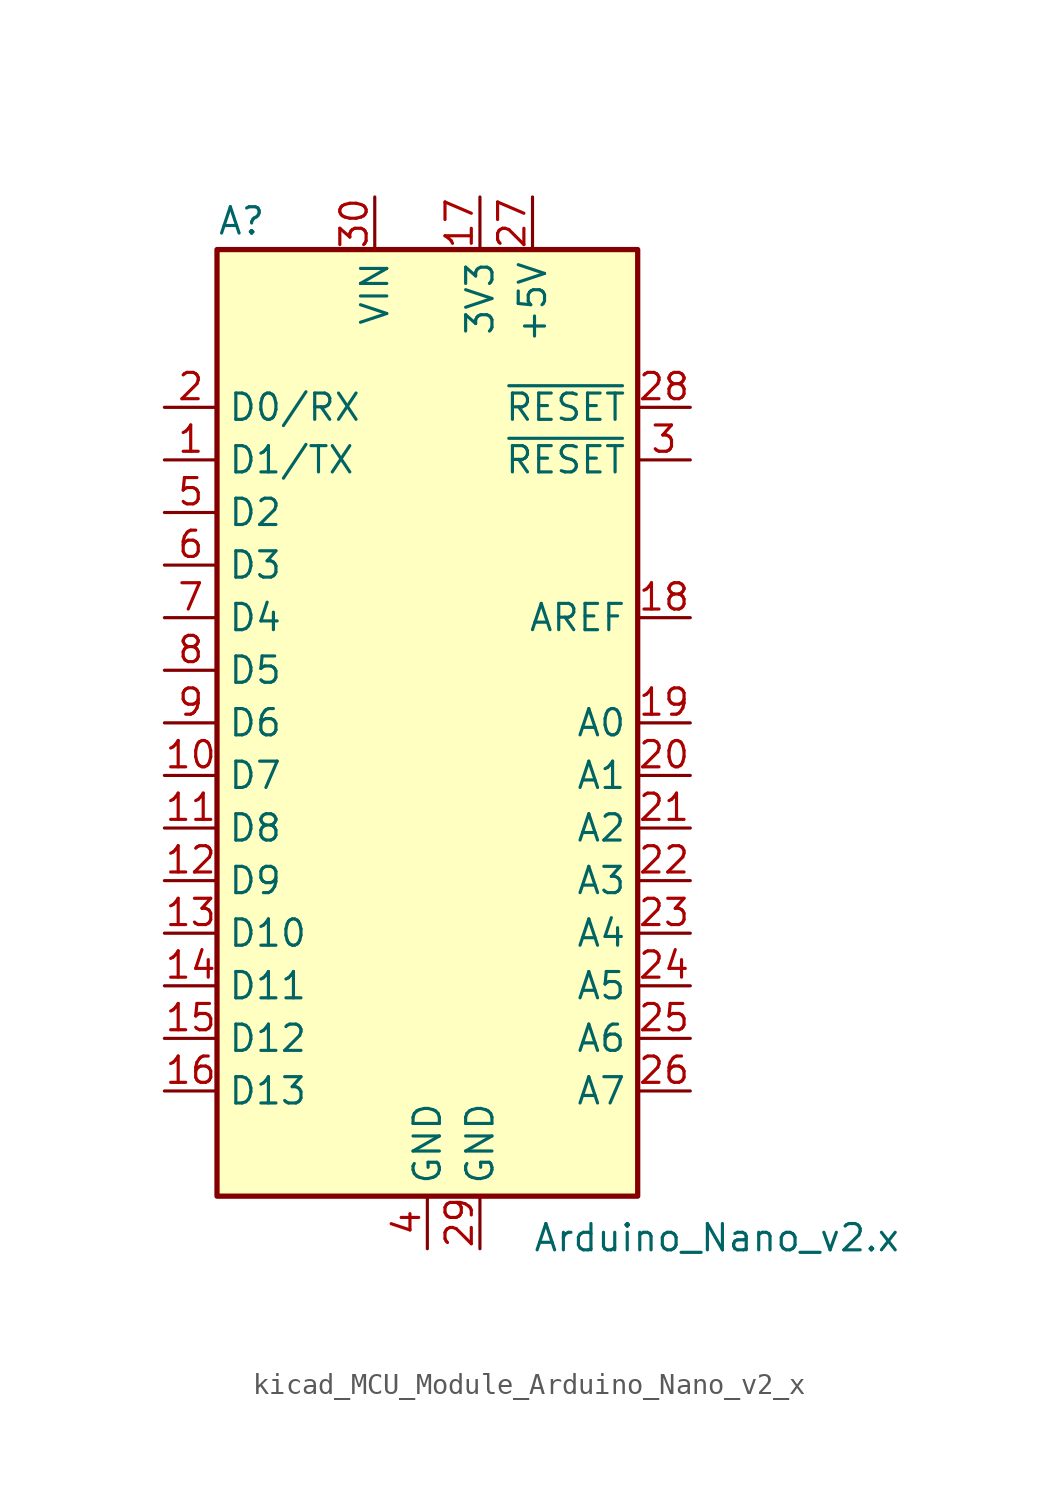
<source format=kicad_sym>
(kicad_symbol_lib
  (version 20220914)
  (generator kicad_symbol_editor)
  (symbol "kicad_MCU_Module_Arduino_Nano_v2_x"
    (property "Reference" "A"
      (at -10.16 23.495 0)
      (effects (font (size 1.27 1.27)) (justify left bottom)))
    (property "Value" "Arduino_Nano_v2.x"
      (at 5.08 -24.13 0)
      (effects (font (size 1.27 1.27)) (justify left top)))
    (symbol "kicad_MCU_Module_Arduino_Nano_v2_x_0_1"
      (rectangle (start -10.16 22.86) (end 10.16 -22.86) (stroke (width 0.254) (type default)) (fill (type background))))
    (symbol "kicad_MCU_Module_Arduino_Nano_v2_x_1_1"
      (pin bidirectional line (at -12.7 12.7 0) (length 2.54) (name "D1/TX" (effects (font (size 1.27 1.27)))) (number "1" (effects (font (size 1.27 1.27)))))
      (pin bidirectional line (at -12.7 -2.54 0) (length 2.54) (name "D7" (effects (font (size 1.27 1.27)))) (number "10" (effects (font (size 1.27 1.27)))))
      (pin bidirectional line (at -12.7 -5.08 0) (length 2.54) (name "D8" (effects (font (size 1.27 1.27)))) (number "11" (effects (font (size 1.27 1.27)))))
      (pin bidirectional line (at -12.7 -7.62 0) (length 2.54) (name "D9" (effects (font (size 1.27 1.27)))) (number "12" (effects (font (size 1.27 1.27)))))
      (pin bidirectional line (at -12.7 -10.16 0) (length 2.54) (name "D10" (effects (font (size 1.27 1.27)))) (number "13" (effects (font (size 1.27 1.27)))))
      (pin bidirectional line (at -12.7 -12.7 0) (length 2.54) (name "D11" (effects (font (size 1.27 1.27)))) (number "14" (effects (font (size 1.27 1.27)))))
      (pin bidirectional line (at -12.7 -15.24 0) (length 2.54) (name "D12" (effects (font (size 1.27 1.27)))) (number "15" (effects (font (size 1.27 1.27)))))
      (pin bidirectional line (at -12.7 -17.78 0) (length 2.54) (name "D13" (effects (font (size 1.27 1.27)))) (number "16" (effects (font (size 1.27 1.27)))))
      (pin power_out line (at 2.54 25.4 270) (length 2.54) (name "3V3" (effects (font (size 1.27 1.27)))) (number "17" (effects (font (size 1.27 1.27)))))
      (pin input line (at 12.7 5.08 180) (length 2.54) (name "AREF" (effects (font (size 1.27 1.27)))) (number "18" (effects (font (size 1.27 1.27)))))
      (pin bidirectional line (at 12.7 0 180) (length 2.54) (name "A0" (effects (font (size 1.27 1.27)))) (number "19" (effects (font (size 1.27 1.27)))))
      (pin bidirectional line (at -12.7 15.24 0) (length 2.54) (name "D0/RX" (effects (font (size 1.27 1.27)))) (number "2" (effects (font (size 1.27 1.27)))))
      (pin bidirectional line (at 12.7 -2.54 180) (length 2.54) (name "A1" (effects (font (size 1.27 1.27)))) (number "20" (effects (font (size 1.27 1.27)))))
      (pin bidirectional line (at 12.7 -5.08 180) (length 2.54) (name "A2" (effects (font (size 1.27 1.27)))) (number "21" (effects (font (size 1.27 1.27)))))
      (pin bidirectional line (at 12.7 -7.62 180) (length 2.54) (name "A3" (effects (font (size 1.27 1.27)))) (number "22" (effects (font (size 1.27 1.27)))))
      (pin bidirectional line (at 12.7 -10.16 180) (length 2.54) (name "A4" (effects (font (size 1.27 1.27)))) (number "23" (effects (font (size 1.27 1.27)))))
      (pin bidirectional line (at 12.7 -12.7 180) (length 2.54) (name "A5" (effects (font (size 1.27 1.27)))) (number "24" (effects (font (size 1.27 1.27)))))
      (pin bidirectional line (at 12.7 -15.24 180) (length 2.54) (name "A6" (effects (font (size 1.27 1.27)))) (number "25" (effects (font (size 1.27 1.27)))))
      (pin bidirectional line (at 12.7 -17.78 180) (length 2.54) (name "A7" (effects (font (size 1.27 1.27)))) (number "26" (effects (font (size 1.27 1.27)))))
      (pin power_out line (at 5.08 25.4 270) (length 2.54) (name "+5V" (effects (font (size 1.27 1.27)))) (number "27" (effects (font (size 1.27 1.27)))))
      (pin input line (at 12.7 15.24 180) (length 2.54) (name "~{RESET}" (effects (font (size 1.27 1.27)))) (number "28" (effects (font (size 1.27 1.27)))))
      (pin power_in line (at 2.54 -25.4 90) (length 2.54) (name "GND" (effects (font (size 1.27 1.27)))) (number "29" (effects (font (size 1.27 1.27)))))
      (pin input line (at 12.7 12.7 180) (length 2.54) (name "~{RESET}" (effects (font (size 1.27 1.27)))) (number "3" (effects (font (size 1.27 1.27)))))
      (pin power_in line (at -2.54 25.4 270) (length 2.54) (name "VIN" (effects (font (size 1.27 1.27)))) (number "30" (effects (font (size 1.27 1.27)))))
      (pin power_in line (at 0 -25.4 90) (length 2.54) (name "GND" (effects (font (size 1.27 1.27)))) (number "4" (effects (font (size 1.27 1.27)))))
      (pin bidirectional line (at -12.7 10.16 0) (length 2.54) (name "D2" (effects (font (size 1.27 1.27)))) (number "5" (effects (font (size 1.27 1.27)))))
      (pin bidirectional line (at -12.7 7.62 0) (length 2.54) (name "D3" (effects (font (size 1.27 1.27)))) (number "6" (effects (font (size 1.27 1.27)))))
      (pin bidirectional line (at -12.7 5.08 0) (length 2.54) (name "D4" (effects (font (size 1.27 1.27)))) (number "7" (effects (font (size 1.27 1.27)))))
      (pin bidirectional line (at -12.7 2.54 0) (length 2.54) (name "D5" (effects (font (size 1.27 1.27)))) (number "8" (effects (font (size 1.27 1.27)))))
      (pin bidirectional line (at -12.7 0 0) (length 2.54) (name "D6" (effects (font (size 1.27 1.27)))) (number "9" (effects (font (size 1.27 1.27))))))))
</source>
